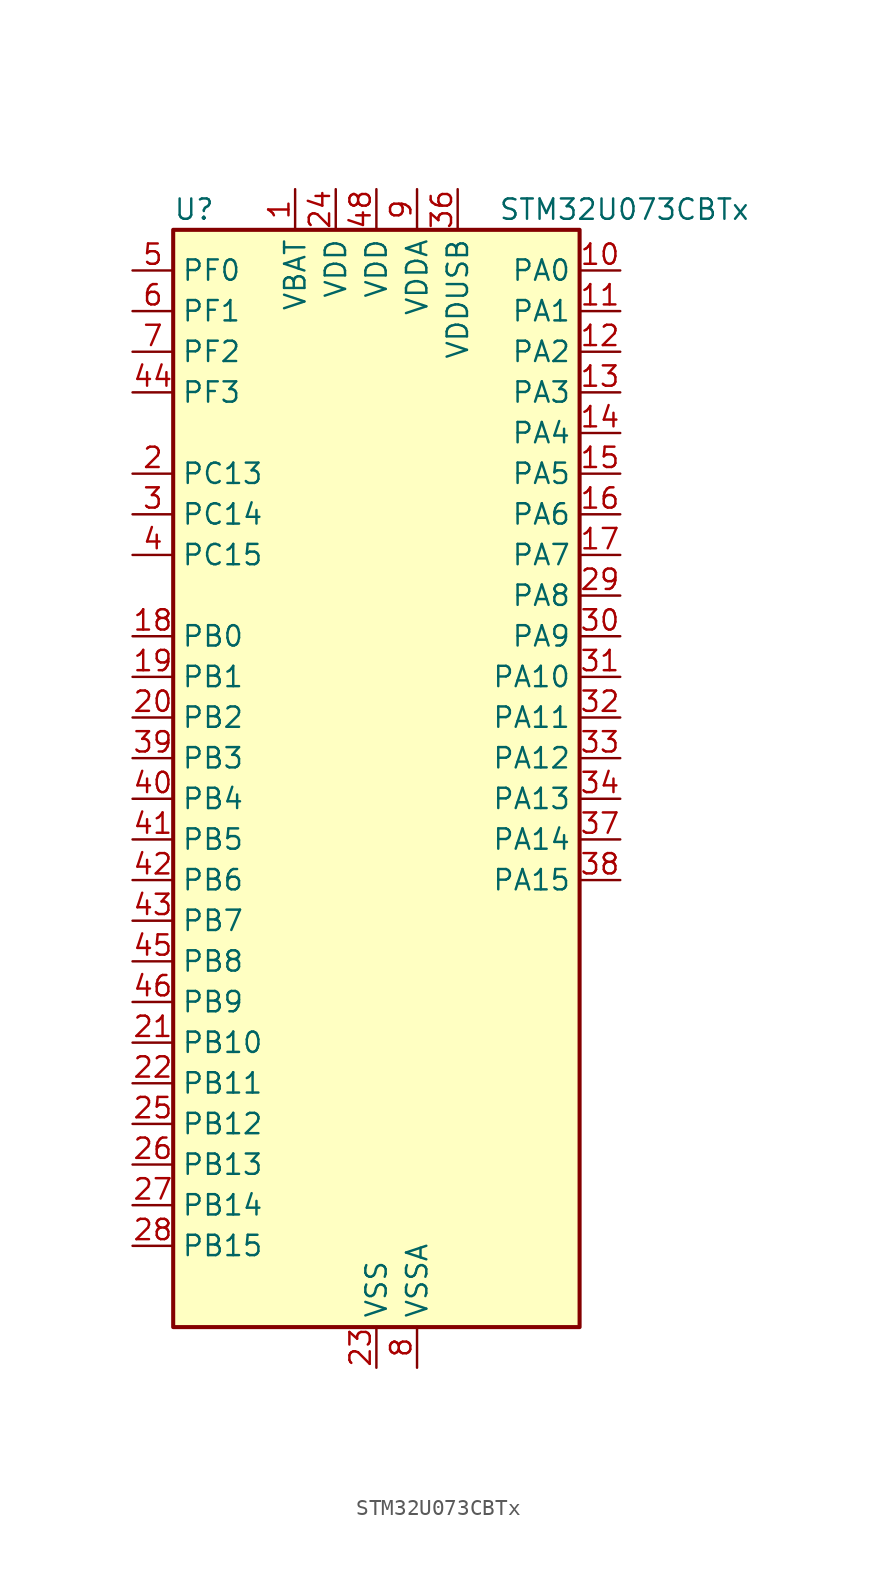
<source format=kicad_sym>
(kicad_symbol_lib
  (version 20231120)
  (generator "kicad_symbol_editor")
  (generator_version "8.99")
  (symbol "STM32U073CBTx"
    (property "Reference" "U"
      (at -12.7 36.83 0)
      (effects (font (size 1.27 1.27)) (justify left)))
    (property "Value" "STM32U073CBTx"
      (at 7.62 36.83 0)
      (effects (font (size 1.27 1.27)) (justify left)))
    (property "ki_locked" ""
      (at 0 0 0)
      (effects (font (size 1.27 1.27))))
    (symbol "STM32U073CBTx_0_1"
      (rectangle (start -12.7 -33.02) (end 12.7 35.56) (stroke (width 0.254) (type default)) (fill (type background))))
    (symbol "STM32U073CBTx_1_1"
      (pin power_in line (at -5.08 38.1 270) (length 2.54) (name "VBAT" (effects (font (size 1.27 1.27)))) (number "1" (effects (font (size 1.27 1.27)))))
      (pin bidirectional line (at 15.24 33.02 180) (length 2.54) (name "PA0" (effects (font (size 1.27 1.27)))) (number "10" (effects (font (size 1.27 1.27)))) (alternate "ADC1_IN4" bidirectional line) (alternate "COMP1_INM" bidirectional line) (alternate "COMP1_OUT" bidirectional line) (alternate "LCD_SEG42" bidirectional line) (alternate "OPAMP1_VINP" bidirectional line) (alternate "PWR_WKUP1" bidirectional line) (alternate "TAMP_IN2" bidirectional line) (alternate "TIM2_CH1" bidirectional line) (alternate "TIM2_ETR" bidirectional line) (alternate "USART2_CTS" bidirectional line) (alternate "USART4_TX" bidirectional line))
      (pin bidirectional line (at 15.24 30.48 180) (length 2.54) (name "PA1" (effects (font (size 1.27 1.27)))) (number "11" (effects (font (size 1.27 1.27)))) (alternate "ADC1_IN5" bidirectional line) (alternate "COMP1_INP" bidirectional line) (alternate "LCD_SEG0" bidirectional line) (alternate "LPTIM1_CH2" bidirectional line) (alternate "OPAMP1_VINM" bidirectional line) (alternate "PWR_WKUP3" bidirectional line) (alternate "SPI1_SCK" bidirectional line) (alternate "SPI2_SCK" bidirectional line) (alternate "TAMP_IN5" bidirectional line) (alternate "TIM15_CH1N" bidirectional line) (alternate "TIM2_CH2" bidirectional line) (alternate "USART2_DE" bidirectional line) (alternate "USART2_RTS" bidirectional line) (alternate "USART4_RX" bidirectional line))
      (pin bidirectional line (at 15.24 27.94 180) (length 2.54) (name "PA2" (effects (font (size 1.27 1.27)))) (number "12" (effects (font (size 1.27 1.27)))) (alternate "ADC1_IN6" bidirectional line) (alternate "COMP2_INM" bidirectional line) (alternate "COMP2_OUT" bidirectional line) (alternate "LCD_SEG1" bidirectional line) (alternate "LPUART1_TX" bidirectional line) (alternate "PWR_WKUP4" bidirectional line) (alternate "RCC_LSCO" bidirectional line) (alternate "TIM15_CH1" bidirectional line) (alternate "TIM2_CH3" bidirectional line) (alternate "USART2_TX" bidirectional line))
      (pin bidirectional line (at 15.24 25.4 180) (length 2.54) (name "PA3" (effects (font (size 1.27 1.27)))) (number "13" (effects (font (size 1.27 1.27)))) (alternate "ADC1_IN7" bidirectional line) (alternate "COMP2_INP" bidirectional line) (alternate "LCD_SEG2" bidirectional line) (alternate "LPUART1_RX" bidirectional line) (alternate "OPAMP1_VOUT" bidirectional line) (alternate "TIM15_CH2" bidirectional line) (alternate "TIM2_CH4" bidirectional line) (alternate "USART2_RX" bidirectional line))
      (pin bidirectional line (at 15.24 22.86 180) (length 2.54) (name "PA4" (effects (font (size 1.27 1.27)))) (number "14" (effects (font (size 1.27 1.27)))) (alternate "ADC1_IN8" bidirectional line) (alternate "COMP1_INM" bidirectional line) (alternate "COMP2_INM" bidirectional line) (alternate "DAC1_OUT1" bidirectional line) (alternate "LCD_SEG43" bidirectional line) (alternate "LPTIM2_CH1" bidirectional line) (alternate "LPUART3_TX" bidirectional line) (alternate "SPI1_NSS" bidirectional line) (alternate "SPI3_NSS" bidirectional line) (alternate "USART2_CK" bidirectional line))
      (pin bidirectional line (at 15.24 20.32 180) (length 2.54) (name "PA5" (effects (font (size 1.27 1.27)))) (number "15" (effects (font (size 1.27 1.27)))) (alternate "ADC1_IN9" bidirectional line) (alternate "COMP1_INM" bidirectional line) (alternate "COMP2_INM" bidirectional line) (alternate "LCD_SEG44" bidirectional line) (alternate "LPTIM2_ETR" bidirectional line) (alternate "LPUART3_RX" bidirectional line) (alternate "SPI1_SCK" bidirectional line) (alternate "TIM2_CH1" bidirectional line) (alternate "TIM2_ETR" bidirectional line) (alternate "USART3_TX" bidirectional line))
      (pin bidirectional line (at 15.24 17.78 180) (length 2.54) (name "PA6" (effects (font (size 1.27 1.27)))) (number "16" (effects (font (size 1.27 1.27)))) (alternate "ADC1_IN10" bidirectional line) (alternate "COMP1_OUT" bidirectional line) (alternate "I2C2_SDA" bidirectional line) (alternate "I2C3_SDA" bidirectional line) (alternate "LCD_SEG3" bidirectional line) (alternate "LPUART1_CTS" bidirectional line) (alternate "SPI1_MISO" bidirectional line) (alternate "TIM16_CH1" bidirectional line) (alternate "TIM1_BKIN" bidirectional line) (alternate "TIM3_CH1" bidirectional line) (alternate "TSC_G5_IO1" bidirectional line) (alternate "USART3_CTS" bidirectional line))
      (pin bidirectional line (at 15.24 15.24 180) (length 2.54) (name "PA7" (effects (font (size 1.27 1.27)))) (number "17" (effects (font (size 1.27 1.27)))) (alternate "ADC1_IN14" bidirectional line) (alternate "COMP2_OUT" bidirectional line) (alternate "I2C2_SCL" bidirectional line) (alternate "I2C3_SCL" bidirectional line) (alternate "LCD_SEG4" bidirectional line) (alternate "LPTIM2_CH2" bidirectional line) (alternate "SPI1_MOSI" bidirectional line) (alternate "TIM1_CH1N" bidirectional line) (alternate "TIM3_CH2" bidirectional line) (alternate "USART3_RX" bidirectional line))
      (pin bidirectional line (at -15.24 10.16 0) (length 2.54) (name "PB0" (effects (font (size 1.27 1.27)))) (number "18" (effects (font (size 1.27 1.27)))) (alternate "ADC1_IN17" bidirectional line) (alternate "COMP1_OUT" bidirectional line) (alternate "LCD_SEG5" bidirectional line) (alternate "LPTIM3_CH1" bidirectional line) (alternate "LPUART2_CTS" bidirectional line) (alternate "SPI1_NSS" bidirectional line) (alternate "TIM1_CH2N" bidirectional line) (alternate "TIM3_CH3" bidirectional line) (alternate "TSC_G5_IO2" bidirectional line) (alternate "USART3_CK" bidirectional line))
      (pin bidirectional line (at -15.24 7.62 0) (length 2.54) (name "PB1" (effects (font (size 1.27 1.27)))) (number "19" (effects (font (size 1.27 1.27)))) (alternate "ADC1_IN18" bidirectional line) (alternate "COMP1_INM" bidirectional line) (alternate "LCD_SEG6" bidirectional line) (alternate "LPTIM2_IN1" bidirectional line) (alternate "LPTIM3_CH2" bidirectional line) (alternate "LPUART1_DE" bidirectional line) (alternate "LPUART1_RTS" bidirectional line) (alternate "LPUART2_DE" bidirectional line) (alternate "LPUART2_RTS" bidirectional line) (alternate "TIM1_CH3N" bidirectional line) (alternate "TIM3_CH4" bidirectional line) (alternate "TSC_SYNC" bidirectional line) (alternate "USART3_DE" bidirectional line) (alternate "USART3_RTS" bidirectional line))
      (pin bidirectional line (at -15.24 20.32 0) (length 2.54) (name "PC13" (effects (font (size 1.27 1.27)))) (number "2" (effects (font (size 1.27 1.27)))) (alternate "LPTIM1_CH3" bidirectional line) (alternate "LPTIM3_CH3" bidirectional line) (alternate "PWR_WKUP2" bidirectional line) (alternate "RTC_OUT1" bidirectional line) (alternate "RTC_TS" bidirectional line) (alternate "TAMP_IN1" bidirectional line))
      (pin bidirectional line (at -15.24 5.08 0) (length 2.54) (name "PB2" (effects (font (size 1.27 1.27)))) (number "20" (effects (font (size 1.27 1.27)))) (alternate "COMP1_INP" bidirectional line) (alternate "LPTIM1_CH1" bidirectional line) (alternate "RTC_OUT2" bidirectional line))
      (pin bidirectional line (at -15.24 -15.24 0) (length 2.54) (name "PB10" (effects (font (size 1.27 1.27)))) (number "21" (effects (font (size 1.27 1.27)))) (alternate "COMP1_OUT" bidirectional line) (alternate "I2C2_SCL" bidirectional line) (alternate "I2C4_SCL" bidirectional line) (alternate "LCD_SEG10" bidirectional line) (alternate "LPTIM3_CH1" bidirectional line) (alternate "LPUART1_RX" bidirectional line) (alternate "LPUART2_RX" bidirectional line) (alternate "SPI2_SCK" bidirectional line) (alternate "TIM2_CH3" bidirectional line) (alternate "TSC_G5_IO3" bidirectional line) (alternate "USART3_TX" bidirectional line))
      (pin bidirectional line (at -15.24 -17.78 0) (length 2.54) (name "PB11" (effects (font (size 1.27 1.27)))) (number "22" (effects (font (size 1.27 1.27)))) (alternate "ADC1_EXTI11" bidirectional line) (alternate "COMP2_OUT" bidirectional line) (alternate "I2C2_SDA" bidirectional line) (alternate "I2C4_SDA" bidirectional line) (alternate "LCD_SEG11" bidirectional line) (alternate "LPUART1_TX" bidirectional line) (alternate "LPUART2_TX" bidirectional line) (alternate "TIM2_CH4" bidirectional line) (alternate "TSC_G5_IO4" bidirectional line) (alternate "USART3_RX" bidirectional line))
      (pin power_in line (at 0 -35.56 90) (length 2.54) (name "VSS" (effects (font (size 1.27 1.27)))) (number "23" (effects (font (size 1.27 1.27)))))
      (pin power_in line (at -2.54 38.1 270) (length 2.54) (name "VDD" (effects (font (size 1.27 1.27)))) (number "24" (effects (font (size 1.27 1.27)))))
      (pin bidirectional line (at -15.24 -20.32 0) (length 2.54) (name "PB12" (effects (font (size 1.27 1.27)))) (number "25" (effects (font (size 1.27 1.27)))) (alternate "LCD_SEG12" bidirectional line) (alternate "LPUART1_DE" bidirectional line) (alternate "LPUART1_RTS" bidirectional line) (alternate "SPI2_NSS" bidirectional line) (alternate "TIM15_BKIN" bidirectional line) (alternate "TIM1_BKIN" bidirectional line) (alternate "TSC_G1_IO1" bidirectional line) (alternate "USART3_CK" bidirectional line))
      (pin bidirectional line (at -15.24 -22.86 0) (length 2.54) (name "PB13" (effects (font (size 1.27 1.27)))) (number "26" (effects (font (size 1.27 1.27)))) (alternate "I2C2_SCL" bidirectional line) (alternate "LCD_SEG13" bidirectional line) (alternate "LPTIM3_IN1" bidirectional line) (alternate "LPUART1_CTS" bidirectional line) (alternate "SPI2_SCK" bidirectional line) (alternate "TIM15_CH1N" bidirectional line) (alternate "TIM1_CH1N" bidirectional line) (alternate "TSC_G1_IO2" bidirectional line) (alternate "USART3_CTS" bidirectional line))
      (pin bidirectional line (at -15.24 -25.4 0) (length 2.54) (name "PB14" (effects (font (size 1.27 1.27)))) (number "27" (effects (font (size 1.27 1.27)))) (alternate "I2C2_SDA" bidirectional line) (alternate "LCD_SEG14" bidirectional line) (alternate "LPTIM3_ETR" bidirectional line) (alternate "SPI2_MISO" bidirectional line) (alternate "TIM15_CH1" bidirectional line) (alternate "TIM1_CH2N" bidirectional line) (alternate "TSC_G1_IO3" bidirectional line) (alternate "USART3_DE" bidirectional line) (alternate "USART3_RTS" bidirectional line))
      (pin bidirectional line (at -15.24 -27.94 0) (length 2.54) (name "PB15" (effects (font (size 1.27 1.27)))) (number "28" (effects (font (size 1.27 1.27)))) (alternate "LCD_SEG15" bidirectional line) (alternate "PWR_WKUP7" bidirectional line) (alternate "RTC_REFIN" bidirectional line) (alternate "SPI2_MOSI" bidirectional line) (alternate "TAMP_IN3" bidirectional line) (alternate "TIM15_CH2" bidirectional line) (alternate "TIM1_CH3N" bidirectional line) (alternate "TSC_G1_IO4" bidirectional line))
      (pin bidirectional line (at 15.24 12.7 180) (length 2.54) (name "PA8" (effects (font (size 1.27 1.27)))) (number "29" (effects (font (size 1.27 1.27)))) (alternate "LCD_COM0" bidirectional line) (alternate "LPTIM2_CH1" bidirectional line) (alternate "RCC_MCO" bidirectional line) (alternate "RCC_MCO2" bidirectional line) (alternate "TIM1_CH1" bidirectional line) (alternate "TSC_G7_IO1" bidirectional line) (alternate "USART1_CK" bidirectional line))
      (pin bidirectional line (at -15.24 17.78 0) (length 2.54) (name "PC14" (effects (font (size 1.27 1.27)))) (number "3" (effects (font (size 1.27 1.27)))) (alternate "RCC_OSC32_IN" bidirectional line))
      (pin bidirectional line (at 15.24 10.16 180) (length 2.54) (name "PA9" (effects (font (size 1.27 1.27)))) (number "30" (effects (font (size 1.27 1.27)))) (alternate "COMP1_INP" bidirectional line) (alternate "DAC1_EXTI9" bidirectional line) (alternate "I2C1_SCL" bidirectional line) (alternate "I2C2_SCL" bidirectional line) (alternate "LCD_COM1" bidirectional line) (alternate "RCC_MCO" bidirectional line) (alternate "TIM15_BKIN" bidirectional line) (alternate "TIM1_CH2" bidirectional line) (alternate "TSC_G7_IO2" bidirectional line) (alternate "USART1_TX" bidirectional line))
      (pin bidirectional line (at 15.24 7.62 180) (length 2.54) (name "PA10" (effects (font (size 1.27 1.27)))) (number "31" (effects (font (size 1.27 1.27)))) (alternate "CRS_SYNC" bidirectional line) (alternate "I2C1_SDA" bidirectional line) (alternate "I2C2_SDA" bidirectional line) (alternate "LCD_COM2" bidirectional line) (alternate "RCC_MCO2" bidirectional line) (alternate "SPI2_NSS" bidirectional line) (alternate "TIM1_CH3" bidirectional line) (alternate "TSC_G7_IO3" bidirectional line) (alternate "USART1_RX" bidirectional line))
      (pin bidirectional line (at 15.24 5.08 180) (length 2.54) (name "PA11" (effects (font (size 1.27 1.27)))) (number "32" (effects (font (size 1.27 1.27)))) (alternate "ADC1_EXTI11" bidirectional line) (alternate "COMP1_OUT" bidirectional line) (alternate "SPI1_MISO" bidirectional line) (alternate "SPI2_MISO" bidirectional line) (alternate "TIM1_BKIN2" bidirectional line) (alternate "TIM1_CH4" bidirectional line) (alternate "USART1_CTS" bidirectional line) (alternate "USB_DM" bidirectional line))
      (pin bidirectional line (at 15.24 2.54 180) (length 2.54) (name "PA12" (effects (font (size 1.27 1.27)))) (number "33" (effects (font (size 1.27 1.27)))) (alternate "SPI1_MOSI" bidirectional line) (alternate "SPI2_MOSI" bidirectional line) (alternate "TIM1_ETR" bidirectional line) (alternate "USART1_DE" bidirectional line) (alternate "USART1_RTS" bidirectional line) (alternate "USB_DP" bidirectional line))
      (pin bidirectional line (at 15.24 0 180) (length 2.54) (name "PA13" (effects (font (size 1.27 1.27)))) (number "34" (effects (font (size 1.27 1.27)))) (alternate "DEBUG_JTMS-SWDIO" bidirectional line) (alternate "IR_OUT" bidirectional line) (alternate "LCD_SEG40" bidirectional line) (alternate "TSC_G7_IO4" bidirectional line) (alternate "USB_NOE" bidirectional line))
      (pin passive line (at 0 -35.56 90) (length 2.54) hide (name "VSS" (effects (font (size 1.27 1.27)))) (number "35" (effects (font (size 1.27 1.27)))))
      (pin power_in line (at 5.08 38.1 270) (length 2.54) (name "VDDUSB" (effects (font (size 1.27 1.27)))) (number "36" (effects (font (size 1.27 1.27)))))
      (pin bidirectional line (at 15.24 -2.54 180) (length 2.54) (name "PA14" (effects (font (size 1.27 1.27)))) (number "37" (effects (font (size 1.27 1.27)))) (alternate "DEBUG_JTCK-SWCLK" bidirectional line) (alternate "LCD_SEG41" bidirectional line) (alternate "LPTIM1_CH1" bidirectional line) (alternate "TSC_G3_IO4" bidirectional line))
      (pin bidirectional line (at 15.24 -5.08 180) (length 2.54) (name "PA15" (effects (font (size 1.27 1.27)))) (number "38" (effects (font (size 1.27 1.27)))) (alternate "DEBUG_JTDI" bidirectional line) (alternate "LCD_SEG17" bidirectional line) (alternate "LPTIM3_CH3" bidirectional line) (alternate "LPTIM3_IN2" bidirectional line) (alternate "SPI1_NSS" bidirectional line) (alternate "SPI3_NSS" bidirectional line) (alternate "TIM2_CH1" bidirectional line) (alternate "TIM2_ETR" bidirectional line) (alternate "TSC_G3_IO1" bidirectional line) (alternate "USART2_RX" bidirectional line) (alternate "USART3_DE" bidirectional line) (alternate "USART3_RTS" bidirectional line) (alternate "USART4_DE" bidirectional line) (alternate "USART4_RTS" bidirectional line))
      (pin bidirectional line (at -15.24 2.54 0) (length 2.54) (name "PB3" (effects (font (size 1.27 1.27)))) (number "39" (effects (font (size 1.27 1.27)))) (alternate "COMP2_INM" bidirectional line) (alternate "DEBUG_JTDO-SWO" bidirectional line) (alternate "I2C2_SCL" bidirectional line) (alternate "I2C3_SCL" bidirectional line) (alternate "LCD_SEG7" bidirectional line) (alternate "LPTIM1_CH3" bidirectional line) (alternate "SPI1_SCK" bidirectional line) (alternate "SPI3_SCK" bidirectional line) (alternate "TIM2_CH2" bidirectional line) (alternate "USART1_DE" bidirectional line) (alternate "USART1_RTS" bidirectional line))
      (pin bidirectional line (at -15.24 15.24 0) (length 2.54) (name "PC15" (effects (font (size 1.27 1.27)))) (number "4" (effects (font (size 1.27 1.27)))) (alternate "RCC_OSC32_EN" bidirectional line) (alternate "RCC_OSC32_OUT" bidirectional line) (alternate "RCC_OSC_EN" bidirectional line))
      (pin bidirectional line (at -15.24 0 0) (length 2.54) (name "PB4" (effects (font (size 1.27 1.27)))) (number "40" (effects (font (size 1.27 1.27)))) (alternate "COMP2_INP" bidirectional line) (alternate "I2C2_SDA" bidirectional line) (alternate "I2C3_SDA" bidirectional line) (alternate "LCD_SEG8" bidirectional line) (alternate "LPTIM1_CH4" bidirectional line) (alternate "LPUART3_DE" bidirectional line) (alternate "LPUART3_RTS" bidirectional line) (alternate "SPI1_MISO" bidirectional line) (alternate "SPI3_MISO" bidirectional line) (alternate "TIM3_CH1" bidirectional line) (alternate "TSC_G2_IO1" bidirectional line) (alternate "USART1_CTS" bidirectional line))
      (pin bidirectional line (at -15.24 -2.54 0) (length 2.54) (name "PB5" (effects (font (size 1.27 1.27)))) (number "41" (effects (font (size 1.27 1.27)))) (alternate "COMP2_OUT" bidirectional line) (alternate "LCD_SEG9" bidirectional line) (alternate "LPTIM1_IN1" bidirectional line) (alternate "LPUART3_CTS" bidirectional line) (alternate "SPI1_MOSI" bidirectional line) (alternate "SPI3_MOSI" bidirectional line) (alternate "TIM16_BKIN" bidirectional line) (alternate "TIM3_CH2" bidirectional line) (alternate "TSC_G2_IO2" bidirectional line) (alternate "USART1_CK" bidirectional line))
      (pin bidirectional line (at -15.24 -5.08 0) (length 2.54) (name "PB6" (effects (font (size 1.27 1.27)))) (number "42" (effects (font (size 1.27 1.27)))) (alternate "COMP2_INP" bidirectional line) (alternate "I2C1_SCL" bidirectional line) (alternate "I2C2_SCL" bidirectional line) (alternate "I2C4_SCL" bidirectional line) (alternate "LPTIM1_ETR" bidirectional line) (alternate "LPUART2_TX" bidirectional line) (alternate "LPUART3_TX" bidirectional line) (alternate "TIM16_CH1N" bidirectional line) (alternate "TSC_G2_IO3" bidirectional line) (alternate "USART1_TX" bidirectional line))
      (pin bidirectional line (at -15.24 -7.62 0) (length 2.54) (name "PB7" (effects (font (size 1.27 1.27)))) (number "43" (effects (font (size 1.27 1.27)))) (alternate "COMP2_INM" bidirectional line) (alternate "I2C1_SDA" bidirectional line) (alternate "I2C2_SDA" bidirectional line) (alternate "I2C4_SDA" bidirectional line) (alternate "LCD_SEG21" bidirectional line) (alternate "LPTIM1_IN2" bidirectional line) (alternate "LPUART2_RX" bidirectional line) (alternate "LPUART3_RX" bidirectional line) (alternate "PWR_PVD_IN" bidirectional line) (alternate "TSC_G2_IO4" bidirectional line) (alternate "USART1_RX" bidirectional line) (alternate "USART4_CTS" bidirectional line))
      (pin bidirectional line (at -15.24 25.4 0) (length 2.54) (name "PF3" (effects (font (size 1.27 1.27)))) (number "44" (effects (font (size 1.27 1.27)))))
      (pin bidirectional line (at -15.24 -10.16 0) (length 2.54) (name "PB8" (effects (font (size 1.27 1.27)))) (number "45" (effects (font (size 1.27 1.27)))) (alternate "I2C1_SCL" bidirectional line) (alternate "I2C2_SCL" bidirectional line) (alternate "LCD_SEG16" bidirectional line) (alternate "LPTIM1_IN2" bidirectional line) (alternate "LPTIM3_IN2" bidirectional line) (alternate "TIM16_CH1" bidirectional line) (alternate "USART3_TX" bidirectional line))
      (pin bidirectional line (at -15.24 -12.7 0) (length 2.54) (name "PB9" (effects (font (size 1.27 1.27)))) (number "46" (effects (font (size 1.27 1.27)))) (alternate "DAC1_EXTI9" bidirectional line) (alternate "I2C1_SDA" bidirectional line) (alternate "I2C2_SDA" bidirectional line) (alternate "IR_OUT" bidirectional line) (alternate "LCD_COM3" bidirectional line) (alternate "LPTIM1_CH4" bidirectional line) (alternate "LPTIM3_CH4" bidirectional line) (alternate "SPI2_NSS" bidirectional line) (alternate "USART3_RX" bidirectional line))
      (pin passive line (at 0 -35.56 90) (length 2.54) hide (name "VSS" (effects (font (size 1.27 1.27)))) (number "47" (effects (font (size 1.27 1.27)))))
      (pin power_in line (at 0 38.1 270) (length 2.54) (name "VDD" (effects (font (size 1.27 1.27)))) (number "48" (effects (font (size 1.27 1.27)))))
      (pin bidirectional line (at -15.24 33.02 0) (length 2.54) (name "PF0" (effects (font (size 1.27 1.27)))) (number "5" (effects (font (size 1.27 1.27)))) (alternate "RCC_OSC_IN" bidirectional line))
      (pin bidirectional line (at -15.24 30.48 0) (length 2.54) (name "PF1" (effects (font (size 1.27 1.27)))) (number "6" (effects (font (size 1.27 1.27)))) (alternate "RCC_OSC_EN" bidirectional line) (alternate "RCC_OSC_OUT" bidirectional line))
      (pin bidirectional line (at -15.24 27.94 0) (length 2.54) (name "PF2" (effects (font (size 1.27 1.27)))) (number "7" (effects (font (size 1.27 1.27)))) (alternate "RCC_MCO" bidirectional line))
      (pin power_in line (at 2.54 -35.56 90) (length 2.54) (name "VSSA" (effects (font (size 1.27 1.27)))) (number "8" (effects (font (size 1.27 1.27)))))
      (pin power_in line (at 2.54 38.1 270) (length 2.54) (name "VDDA" (effects (font (size 1.27 1.27)))) (number "9" (effects (font (size 1.27 1.27))))))))
</source>
